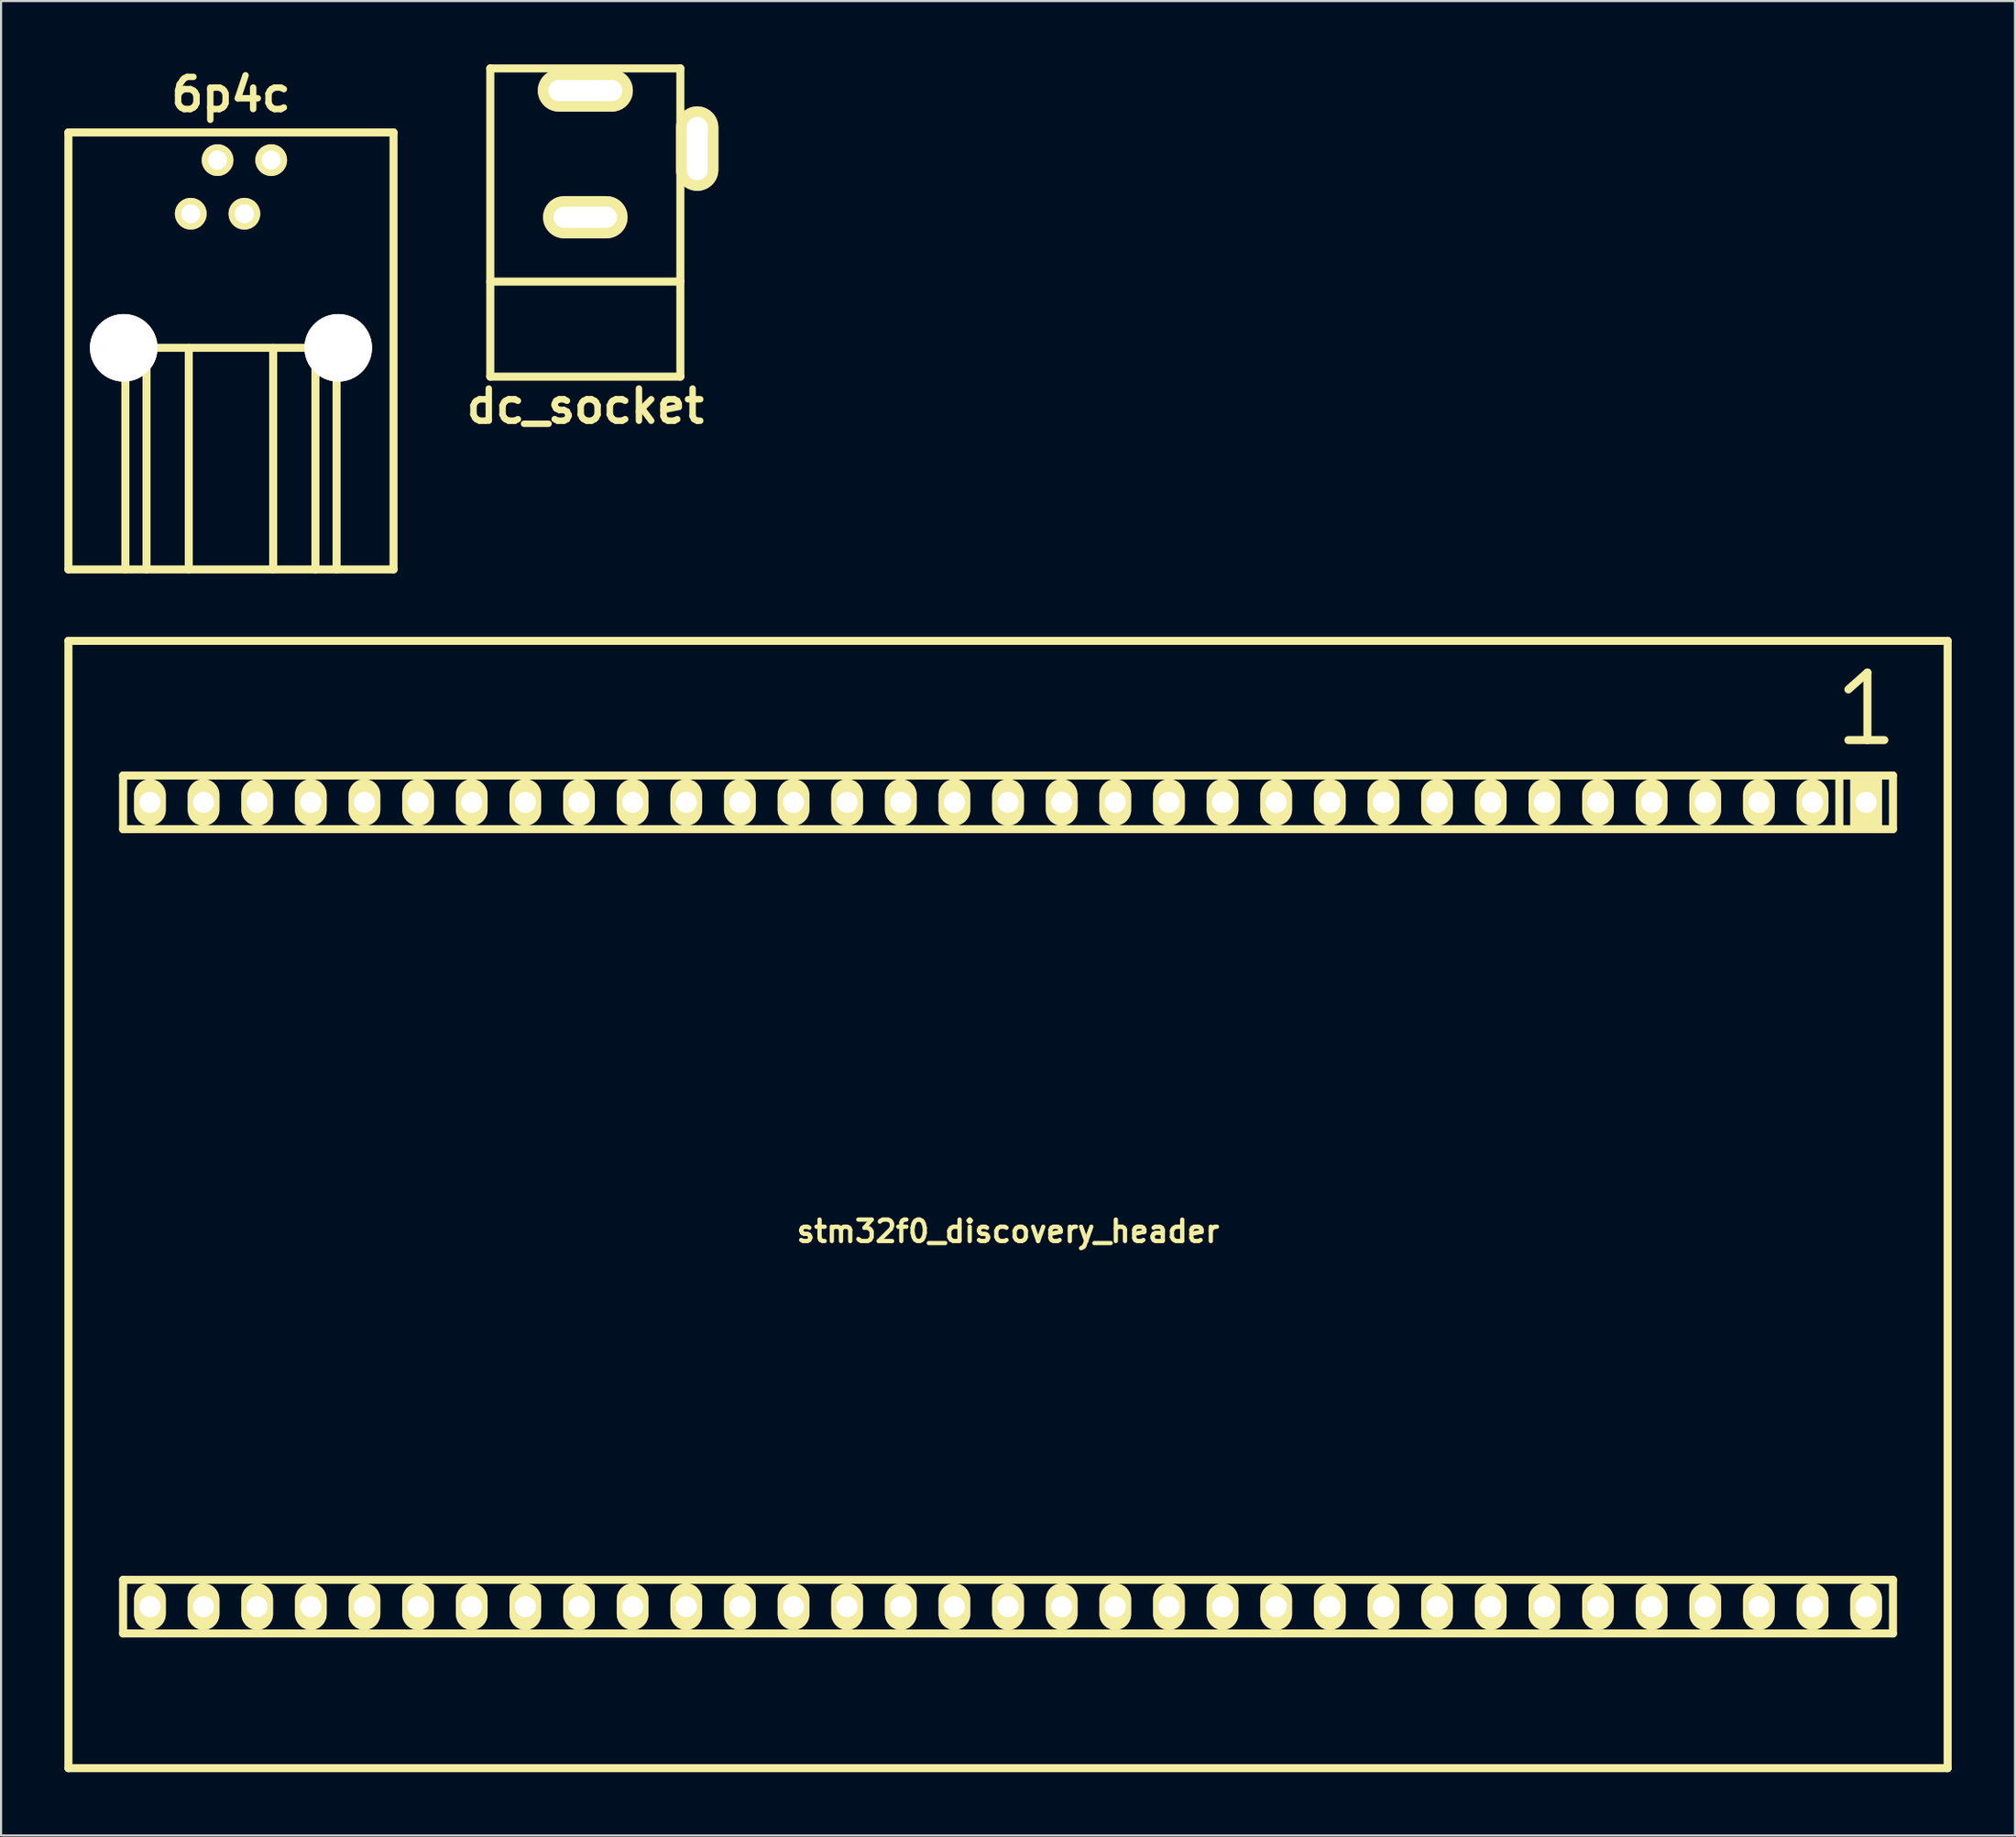
<source format=kicad_pcb>
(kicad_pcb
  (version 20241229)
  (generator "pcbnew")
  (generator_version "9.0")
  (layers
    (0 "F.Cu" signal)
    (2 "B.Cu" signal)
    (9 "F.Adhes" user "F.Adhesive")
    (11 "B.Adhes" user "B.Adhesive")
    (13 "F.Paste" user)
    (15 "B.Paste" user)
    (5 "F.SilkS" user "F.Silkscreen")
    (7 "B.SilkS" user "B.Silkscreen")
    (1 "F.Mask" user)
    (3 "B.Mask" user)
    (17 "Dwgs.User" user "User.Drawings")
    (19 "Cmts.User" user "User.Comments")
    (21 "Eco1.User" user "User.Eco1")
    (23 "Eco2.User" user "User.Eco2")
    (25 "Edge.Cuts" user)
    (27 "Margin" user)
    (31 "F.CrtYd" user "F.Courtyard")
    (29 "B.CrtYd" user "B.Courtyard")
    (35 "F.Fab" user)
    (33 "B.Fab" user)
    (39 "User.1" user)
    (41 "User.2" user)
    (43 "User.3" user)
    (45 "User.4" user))
  (footprint "6p4c"
    (layer "F.Cu")
    (at 7.889 13.425)
    (property "Reference" "6p4c" (at 0 -11.999 0) (layer "F.SilkS") (effects (font (size 1.524 1.524) (thickness 0.305))))
    (attr through_hole)
    (fp_line (start -7.699 -10.201) (end 7.699 -10.201) (stroke (width 0.381) (type solid)) (layer "F.SilkS"))
    (fp_line (start -7.699 10.5) (end -7.699 -10.201) (stroke (width 0.381) (type solid)) (layer "F.SilkS"))
    (fp_line (start -5.001 0) (end -5.001 10.5) (stroke (width 0.381) (type solid)) (layer "F.SilkS"))
    (fp_line (start -5.001 0) (end 5.001 0) (stroke (width 0.381) (type solid)) (layer "F.SilkS"))
    (fp_line (start -4 10.5) (end -4 0) (stroke (width 0.381) (type solid)) (layer "F.SilkS"))
    (fp_line (start -1.999 10.5) (end -1.999 0) (stroke (width 0.381) (type solid)) (layer "F.SilkS"))
    (fp_line (start 1.999 10.5) (end 1.999 0) (stroke (width 0.381) (type solid)) (layer "F.SilkS"))
    (fp_line (start 4 0) (end 4 10.5) (stroke (width 0.381) (type solid)) (layer "F.SilkS"))
    (fp_line (start 5.001 0) (end 5.001 10.5) (stroke (width 0.381) (type solid)) (layer "F.SilkS"))
    (fp_line (start 7.699 -10.201) (end 7.699 10.5) (stroke (width 0.381) (type solid)) (layer "F.SilkS"))
    (fp_line (start 7.699 10.5) (end -7.699 10.5) (stroke (width 0.381) (type solid)) (layer "F.SilkS"))
    (pad "" np_thru_hole circle (at -5.08 0) (size 3.2 3.2) (drill 3.2) (layers "*.Cu" "*.Mask" "F.SilkS"))
    (pad "" np_thru_hole circle (at 5.08 0) (size 3.2 3.2) (drill 3.2) (layers "*.Cu" "*.Mask" "F.SilkS"))
    (pad "1" thru_hole circle (at -1.905 -6.35) (size 1.501 1.501) (drill 0.899) (layers "*.Cu" "*.Mask" "F.SilkS"))
    (pad "2" thru_hole circle (at -0.635 -8.89) (size 1.501 1.501) (drill 0.899) (layers "*.Cu" "*.Mask" "F.SilkS"))
    (pad "3" thru_hole circle (at 0.635 -6.35) (size 1.501 1.501) (drill 0.899) (layers "*.Cu" "*.Mask" "F.SilkS"))
    (pad "4" thru_hole circle (at 1.905 -8.89) (size 1.501 1.501) (drill 0.899) (layers "*.Cu" "*.Mask" "F.SilkS")))
  (footprint "dc_socket"
    (layer "F.Cu")
    (at 24.671 7.49)
    (property "Reference" "dc_socket" (at 0 8.7 0) (layer "F.SilkS") (effects (font (size 1.524 1.524) (thickness 0.305))))
    (attr through_hole)
    (fp_line (start -4.501 -7.3) (end -4.501 7.3) (stroke (width 0.381) (type solid)) (layer "F.SilkS"))
    (fp_line (start -4.501 2.799) (end 4.501 2.799) (stroke (width 0.381) (type solid)) (layer "F.SilkS"))
    (fp_line (start -4.501 7.3) (end 4.501 7.3) (stroke (width 0.381) (type solid)) (layer "F.SilkS"))
    (fp_line (start 4.501 -7.3) (end -4.501 -7.3) (stroke (width 0.381) (type solid)) (layer "F.SilkS"))
    (fp_line (start 4.501 7.3) (end 4.501 -7.3) (stroke (width 0.381) (type solid)) (layer "F.SilkS"))
    (pad "1" thru_hole oval (at 5.301 -3.5) (size 1.999 4) (drill oval 1.001 3) (layers "*.Cu" "*.Mask" "F.SilkS"))
    (pad "2" thru_hole oval (at 0 -0.249) (size 4 1.999) (drill oval 3 1.001) (layers "*.Cu" "*.Mask" "F.SilkS"))
    (pad "3" thru_hole oval (at 0 -6.251) (size 4.501 1.999) (drill oval 3.5 1.001) (layers "*.Cu" "*.Mask" "F.SilkS")))
  (footprint "stm32f0_discovery_header"
    (layer "F.Cu")
    (at 44.691 54.007)
    (property "Reference" "stm32f0_discovery_header" (at 0 1.27 0) (layer "F.SilkS") (effects (font (size 1.016 1.016) (thickness 0.203))))
    (attr through_hole)
    (fp_line (start -44.5 26.7) (end -44.5 -26.7) (stroke (width 0.381) (type solid)) (layer "F.SilkS"))
    (fp_line (start -44.5 26.7) (end 44.5 26.7) (stroke (width 0.381) (type solid)) (layer "F.SilkS"))
    (fp_line (start -41.91 -20.32) (end -41.91 -17.78) (stroke (width 0.381) (type solid)) (layer "F.SilkS"))
    (fp_line (start -41.91 -20.32) (end 41.91 -20.32) (stroke (width 0.381) (type solid)) (layer "F.SilkS"))
    (fp_line (start -41.91 -17.78) (end 41.91 -17.78) (stroke (width 0.381) (type solid)) (layer "F.SilkS"))
    (fp_line (start -41.91 17.78) (end -41.91 20.32) (stroke (width 0.381) (type solid)) (layer "F.SilkS"))
    (fp_line (start -41.91 17.78) (end 41.91 17.78) (stroke (width 0.381) (type solid)) (layer "F.SilkS"))
    (fp_line (start -41.91 20.32) (end 41.91 20.32) (stroke (width 0.381) (type solid)) (layer "F.SilkS"))
    (fp_line (start 39.37 -20.32) (end 39.37 -17.78) (stroke (width 0.381) (type solid)) (layer "F.SilkS"))
    (fp_line (start 39.8 -22) (end 41.5 -22) (stroke (width 0.381) (type solid)) (layer "F.SilkS"))
    (fp_line (start 40.7 -25.2) (end 39.8 -24.4) (stroke (width 0.381) (type solid)) (layer "F.SilkS"))
    (fp_line (start 40.7 -22) (end 40.7 -25.2) (stroke (width 0.381) (type solid)) (layer "F.SilkS"))
    (fp_line (start 41.91 -20.32) (end 41.91 -17.78) (stroke (width 0.381) (type solid)) (layer "F.SilkS"))
    (fp_line (start 41.91 17.78) (end 41.91 20.32) (stroke (width 0.381) (type solid)) (layer "F.SilkS"))
    (fp_line (start 44.5 -26.7) (end -44.5 -26.7) (stroke (width 0.381) (type solid)) (layer "F.SilkS"))
    (fp_line (start 44.5 26.7) (end 44.5 -26.7) (stroke (width 0.381) (type solid)) (layer "F.SilkS"))
    (pad "1" thru_hole rect (at 40.64 -19.05) (size 1.5 2.2) (drill 1.001) (layers "*.Cu" "*.Mask" "F.SilkS"))
    (pad "2" thru_hole oval (at 38.1 -19.05) (size 1.5 2.2) (drill 0.998) (layers "*.Cu" "*.Mask" "F.SilkS"))
    (pad "3" thru_hole oval (at 35.56 -19.05) (size 1.5 2.2) (drill 0.998) (layers "*.Cu" "*.Mask" "F.SilkS"))
    (pad "4" thru_hole oval (at 33.02 -19.05) (size 1.5 2.2) (drill 0.998) (layers "*.Cu" "*.Mask" "F.SilkS"))
    (pad "5" thru_hole oval (at 30.48 -19.05) (size 1.5 2.2) (drill 0.998) (layers "*.Cu" "*.Mask" "F.SilkS"))
    (pad "6" thru_hole oval (at 27.94 -19.05) (size 1.5 2.2) (drill 0.998) (layers "*.Cu" "*.Mask" "F.SilkS"))
    (pad "7" thru_hole oval (at 25.4 -19.05) (size 1.5 2.2) (drill 0.998) (layers "*.Cu" "*.Mask" "F.SilkS"))
    (pad "8" thru_hole oval (at 22.86 -19.05) (size 1.5 2.2) (drill 0.998) (layers "*.Cu" "*.Mask" "F.SilkS"))
    (pad "9" thru_hole oval (at 20.32 -19.05) (size 1.5 2.2) (drill 0.998) (layers "*.Cu" "*.Mask" "F.SilkS"))
    (pad "10" thru_hole oval (at 17.78 -19.05) (size 1.5 2.2) (drill 0.998) (layers "*.Cu" "*.Mask" "F.SilkS"))
    (pad "11" thru_hole oval (at 15.24 -19.05) (size 1.5 2.2) (drill 0.998) (layers "*.Cu" "*.Mask" "F.SilkS"))
    (pad "12" thru_hole oval (at 12.7 -19.05) (size 1.5 2.2) (drill 0.998) (layers "*.Cu" "*.Mask" "F.SilkS"))
    (pad "13" thru_hole oval (at 10.16 -19.05) (size 1.5 2.2) (drill 0.998) (layers "*.Cu" "*.Mask" "F.SilkS"))
    (pad "14" thru_hole oval (at 7.62 -19.05) (size 1.5 2.2) (drill 0.998) (layers "*.Cu" "*.Mask" "F.SilkS"))
    (pad "15" thru_hole oval (at 5.08 -19.05) (size 1.5 2.2) (drill 0.998) (layers "*.Cu" "*.Mask" "F.SilkS"))
    (pad "16" thru_hole oval (at 2.54 -19.05) (size 1.5 2.2) (drill 0.998) (layers "*.Cu" "*.Mask" "F.SilkS"))
    (pad "17" thru_hole oval (at 0 -19.05) (size 1.5 2.2) (drill 0.998) (layers "*.Cu" "*.Mask" "F.SilkS"))
    (pad "18" thru_hole oval (at -2.54 -19.05) (size 1.5 2.2) (drill 0.998) (layers "*.Cu" "*.Mask" "F.SilkS"))
    (pad "19" thru_hole oval (at -5.08 -19.05) (size 1.5 2.2) (drill 0.998) (layers "*.Cu" "*.Mask" "F.SilkS"))
    (pad "20" thru_hole oval (at -7.62 -19.05) (size 1.5 2.2) (drill 0.998) (layers "*.Cu" "*.Mask" "F.SilkS"))
    (pad "21" thru_hole oval (at -10.16 -19.05) (size 1.5 2.2) (drill 0.998) (layers "*.Cu" "*.Mask" "F.SilkS"))
    (pad "22" thru_hole oval (at -12.7 -19.05) (size 1.5 2.2) (drill 0.998) (layers "*.Cu" "*.Mask" "F.SilkS"))
    (pad "23" thru_hole oval (at -15.24 -19.05) (size 1.5 2.2) (drill 0.998) (layers "*.Cu" "*.Mask" "F.SilkS"))
    (pad "24" thru_hole oval (at -17.78 -19.05) (size 1.5 2.2) (drill 0.998) (layers "*.Cu" "*.Mask" "F.SilkS"))
    (pad "25" thru_hole oval (at -20.32 -19.05) (size 1.5 2.2) (drill 0.998) (layers "*.Cu" "*.Mask" "F.SilkS"))
    (pad "26" thru_hole oval (at -22.86 -19.05) (size 1.5 2.2) (drill 0.998) (layers "*.Cu" "*.Mask" "F.SilkS"))
    (pad "27" thru_hole oval (at -25.4 -19.05) (size 1.5 2.2) (drill 0.998) (layers "*.Cu" "*.Mask" "F.SilkS"))
    (pad "28" thru_hole oval (at -27.94 -19.05) (size 1.5 2.2) (drill 0.998) (layers "*.Cu" "*.Mask" "F.SilkS"))
    (pad "29" thru_hole oval (at -30.48 -19.05) (size 1.5 2.2) (drill 0.998) (layers "*.Cu" "*.Mask" "F.SilkS"))
    (pad "30" thru_hole oval (at -33.02 -19.05) (size 1.5 2.2) (drill 0.998) (layers "*.Cu" "*.Mask" "F.SilkS"))
    (pad "31" thru_hole oval (at -35.56 -19.05) (size 1.5 2.2) (drill 0.998) (layers "*.Cu" "*.Mask" "F.SilkS"))
    (pad "32" thru_hole oval (at -38.1 -19.05) (size 1.5 2.2) (drill 0.998) (layers "*.Cu" "*.Mask" "F.SilkS"))
    (pad "33" thru_hole oval (at -40.64 -19.05) (size 1.5 2.2) (drill 0.998) (layers "*.Cu" "*.Mask" "F.SilkS"))
    (pad "34" thru_hole oval (at -40.64 19.05) (size 1.5 2.2) (drill 0.998) (layers "*.Cu" "*.Mask" "F.SilkS"))
    (pad "35" thru_hole oval (at -38.1 19.05) (size 1.5 2.2) (drill 0.998) (layers "*.Cu" "*.Mask" "F.SilkS"))
    (pad "36" thru_hole oval (at -35.56 19.05) (size 1.5 2.2) (drill 0.998) (layers "*.Cu" "*.Mask" "F.SilkS"))
    (pad "37" thru_hole oval (at -33.02 19.05) (size 1.5 2.2) (drill 0.998) (layers "*.Cu" "*.Mask" "F.SilkS"))
    (pad "38" thru_hole oval (at -30.48 19.05) (size 1.5 2.2) (drill 0.998) (layers "*.Cu" "*.Mask" "F.SilkS"))
    (pad "39" thru_hole oval (at -27.94 19.05) (size 1.5 2.2) (drill 0.998) (layers "*.Cu" "*.Mask" "F.SilkS"))
    (pad "40" thru_hole oval (at -25.4 19.05) (size 1.5 2.2) (drill 0.998) (layers "*.Cu" "*.Mask" "F.SilkS"))
    (pad "41" thru_hole oval (at -22.86 19.05) (size 1.5 2.2) (drill 0.998) (layers "*.Cu" "*.Mask" "F.SilkS"))
    (pad "42" thru_hole oval (at -20.32 19.05) (size 1.5 2.2) (drill 0.998) (layers "*.Cu" "*.Mask" "F.SilkS"))
    (pad "43" thru_hole oval (at -17.78 19.05) (size 1.5 2.2) (drill 0.998) (layers "*.Cu" "*.Mask" "F.SilkS"))
    (pad "44" thru_hole oval (at -15.24 19.05) (size 1.5 2.2) (drill 0.998) (layers "*.Cu" "*.Mask" "F.SilkS"))
    (pad "45" thru_hole oval (at -12.7 19.05) (size 1.5 2.2) (drill 0.998) (layers "*.Cu" "*.Mask" "F.SilkS"))
    (pad "46" thru_hole oval (at -10.16 19.05) (size 1.5 2.2) (drill 0.998) (layers "*.Cu" "*.Mask" "F.SilkS"))
    (pad "47" thru_hole oval (at -7.62 19.05) (size 1.5 2.2) (drill 0.998) (layers "*.Cu" "*.Mask" "F.SilkS"))
    (pad "48" thru_hole oval (at -5.08 19.05) (size 1.5 2.2) (drill 0.998) (layers "*.Cu" "*.Mask" "F.SilkS"))
    (pad "49" thru_hole oval (at -2.54 19.05) (size 1.5 2.2) (drill 0.998) (layers "*.Cu" "*.Mask" "F.SilkS"))
    (pad "50" thru_hole oval (at 0 19.05) (size 1.5 2.2) (drill 0.998) (layers "*.Cu" "*.Mask" "F.SilkS"))
    (pad "51" thru_hole oval (at 2.54 19.05) (size 1.5 2.2) (drill 0.998) (layers "*.Cu" "*.Mask" "F.SilkS"))
    (pad "52" thru_hole oval (at 5.08 19.05) (size 1.5 2.2) (drill 0.998) (layers "*.Cu" "*.Mask" "F.SilkS"))
    (pad "53" thru_hole oval (at 7.62 19.05) (size 1.5 2.2) (drill 0.998) (layers "*.Cu" "*.Mask" "F.SilkS"))
    (pad "54" thru_hole oval (at 10.16 19.05) (size 1.5 2.2) (drill 0.998) (layers "*.Cu" "*.Mask" "F.SilkS"))
    (pad "55" thru_hole oval (at 12.7 19.05) (size 1.5 2.2) (drill 0.998) (layers "*.Cu" "*.Mask" "F.SilkS"))
    (pad "56" thru_hole oval (at 15.24 19.05) (size 1.5 2.2) (drill 0.998) (layers "*.Cu" "*.Mask" "F.SilkS"))
    (pad "57" thru_hole oval (at 17.78 19.05) (size 1.5 2.2) (drill 0.998) (layers "*.Cu" "*.Mask" "F.SilkS"))
    (pad "58" thru_hole oval (at 20.32 19.05) (size 1.5 2.2) (drill 0.998) (layers "*.Cu" "*.Mask" "F.SilkS"))
    (pad "59" thru_hole oval (at 22.86 19.05) (size 1.5 2.2) (drill 0.998) (layers "*.Cu" "*.Mask" "F.SilkS"))
    (pad "60" thru_hole oval (at 25.4 19.05) (size 1.5 2.2) (drill 0.998) (layers "*.Cu" "*.Mask" "F.SilkS"))
    (pad "61" thru_hole oval (at 27.94 19.05) (size 1.5 2.2) (drill 0.998) (layers "*.Cu" "*.Mask" "F.SilkS"))
    (pad "62" thru_hole oval (at 30.48 19.05) (size 1.5 2.2) (drill 0.998) (layers "*.Cu" "*.Mask" "F.SilkS"))
    (pad "63" thru_hole oval (at 33.02 19.05) (size 1.5 2.2) (drill 0.998) (layers "*.Cu" "*.Mask" "F.SilkS"))
    (pad "64" thru_hole oval (at 35.56 19.05) (size 1.5 2.2) (drill 0.998) (layers "*.Cu" "*.Mask" "F.SilkS"))
    (pad "65" thru_hole oval (at 38.1 19.05) (size 1.5 2.2) (drill 0.998) (layers "*.Cu" "*.Mask" "F.SilkS"))
    (pad "66" thru_hole oval (at 40.64 19.05) (size 1.5 2.2) (drill 1.001) (layers "*.Cu" "*.Mask" "F.SilkS")))
  (gr_rect
    (start -3 -3)
    (end 92.381 83.897)
    (stroke (width 0.1) (type default))
    (fill no)
    (layer "Edge.Cuts")))
</source>
